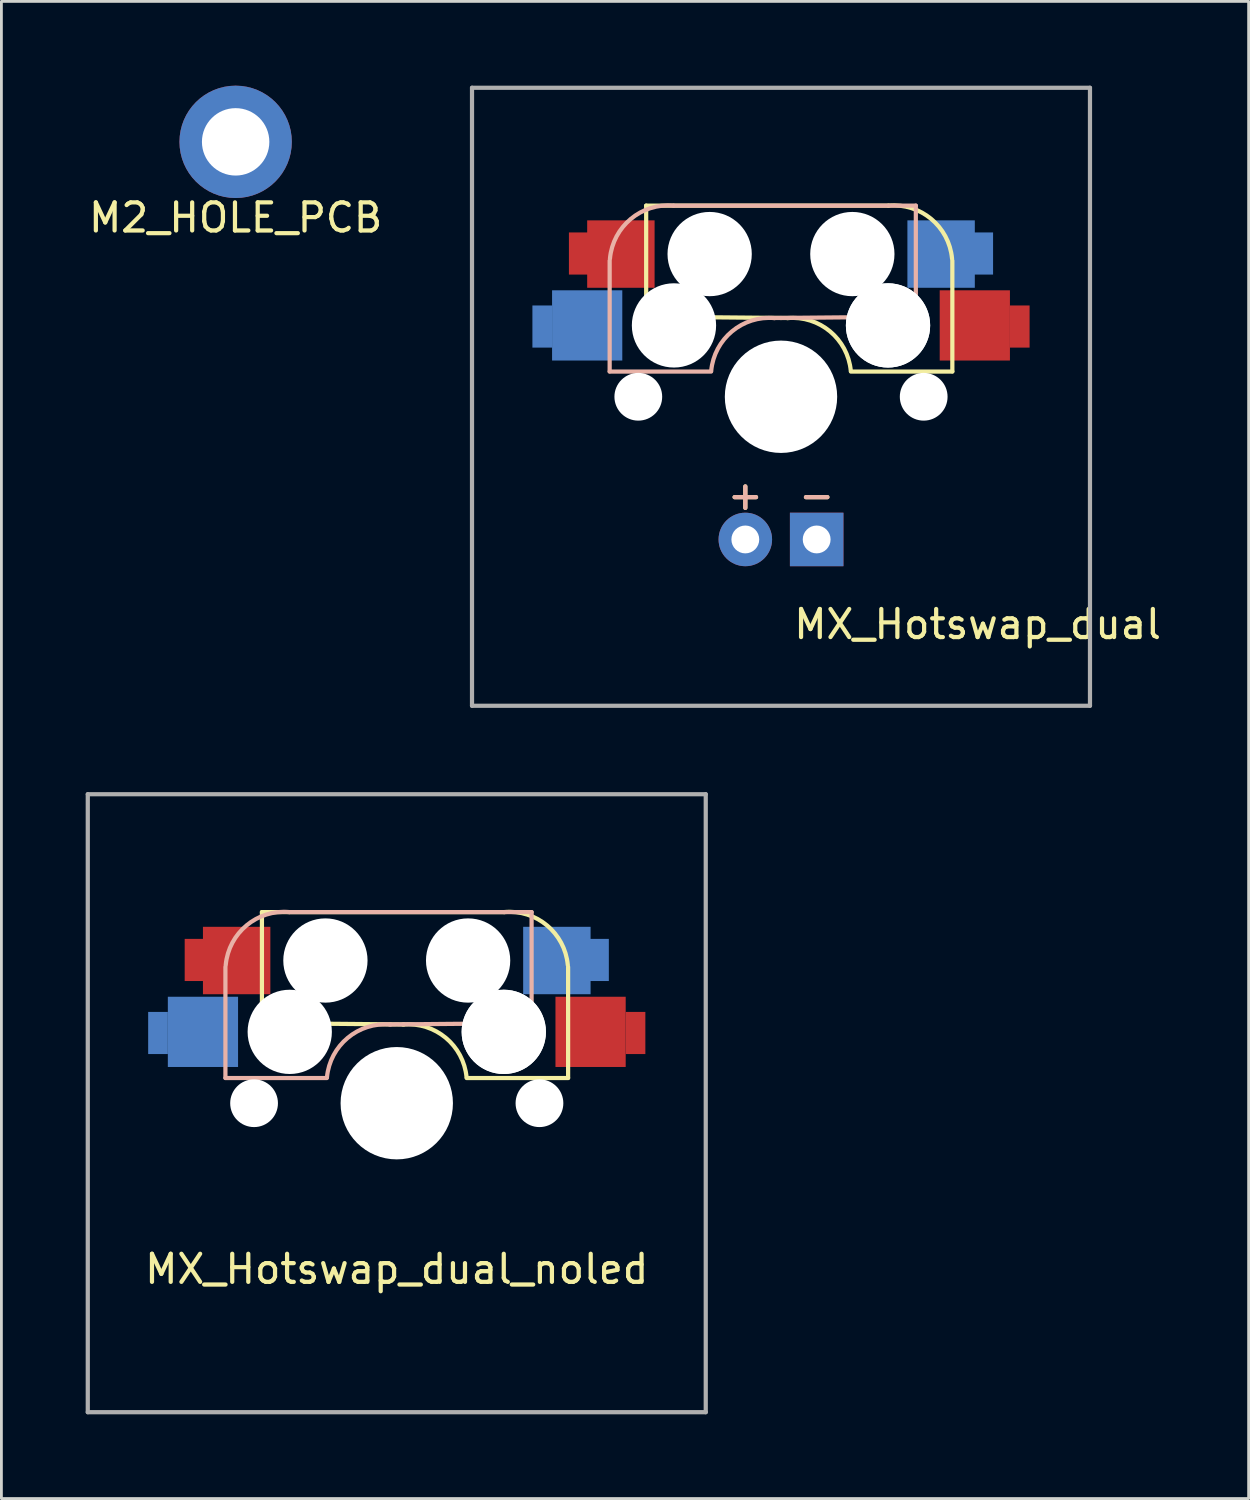
<source format=kicad_pcb>
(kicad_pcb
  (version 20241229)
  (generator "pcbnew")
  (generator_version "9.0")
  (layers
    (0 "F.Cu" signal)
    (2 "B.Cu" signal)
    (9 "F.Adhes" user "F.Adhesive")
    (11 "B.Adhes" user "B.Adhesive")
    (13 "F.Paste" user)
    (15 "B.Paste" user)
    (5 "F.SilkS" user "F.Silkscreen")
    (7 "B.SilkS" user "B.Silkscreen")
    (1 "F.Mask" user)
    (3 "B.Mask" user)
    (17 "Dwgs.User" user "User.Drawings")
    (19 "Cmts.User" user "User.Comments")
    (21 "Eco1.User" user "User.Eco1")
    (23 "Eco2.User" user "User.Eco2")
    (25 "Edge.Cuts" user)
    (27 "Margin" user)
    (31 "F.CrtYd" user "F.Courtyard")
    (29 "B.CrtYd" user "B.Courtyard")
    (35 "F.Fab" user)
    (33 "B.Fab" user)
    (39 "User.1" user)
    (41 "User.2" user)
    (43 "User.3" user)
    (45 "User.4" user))
  (footprint "MX_Hotswap_dual"
    (layer "F.Cu")
    (at 24.754 11.075)
    (property "Reference" "MX_Hotswap_dual" (at 7 8.1 0) (layer "F.SilkS") (effects (font (size 1 1) (thickness 0.15))))
    (attr through_hole)
    (fp_line (start -4.8 -6.804) (end 3.825 -6.804) (stroke (width 0.15) (type solid)) (layer "F.SilkS"))
    (fp_line (start -4.8 -2.896) (end -4.8 -6.804) (stroke (width 0.15) (type solid)) (layer "F.SilkS"))
    (fp_line (start -4.8 -2.85) (end 0.25 -2.804) (stroke (width 0.15) (type solid)) (layer "F.SilkS"))
    (fp_line (start 6.1 -4.85) (end 6.1 -0.905) (stroke (width 0.15) (type solid)) (layer "F.SilkS"))
    (fp_line (start 6.1 -0.896) (end 2.49 -0.896) (stroke (width 0.15) (type solid)) (layer "F.SilkS"))
    (fp_arc (start 0.225 -2.8) (mid 1.744361 -2.328062) (end 2.485001 -0.920001) (stroke (width 0.15) (type solid)) (layer "F.SilkS"))
    (fp_arc (start 3.825 -6.804) (mid 5.347189 -6.33089) (end 6.089 -4.92) (stroke (width 0.15) (type solid)) (layer "F.SilkS"))
    (fp_line (start -6.1 -4.85) (end -6.1 -0.905) (stroke (width 0.15) (type solid)) (layer "B.SilkS"))
    (fp_line (start -6.1 -0.896) (end -2.49 -0.896) (stroke (width 0.15) (type solid)) (layer "B.SilkS"))
    (fp_line (start 4.8 -6.804) (end -3.825 -6.804) (stroke (width 0.15) (type solid)) (layer "B.SilkS"))
    (fp_line (start 4.8 -2.896) (end 4.8 -6.804) (stroke (width 0.15) (type solid)) (layer "B.SilkS"))
    (fp_line (start 4.8 -2.85) (end -0.25 -2.804) (stroke (width 0.15) (type solid)) (layer "B.SilkS"))
    (fp_arc (start -6.089 -4.92) (mid -5.347189 -6.33089) (end -3.825 -6.804) (stroke (width 0.15) (type solid)) (layer "B.SilkS"))
    (fp_arc (start -2.484999 -0.920001) (mid -1.74436 -2.328062) (end -0.225 -2.8) (stroke (width 0.15) (type solid)) (layer "B.SilkS"))
    (fp_line (start -9 -9) (end 9 -9) (stroke (width 0.15) (type solid)) (layer "Eco2.User"))
    (fp_line (start -9 9) (end -9 -9) (stroke (width 0.15) (type solid)) (layer "Eco2.User"))
    (fp_line (start -7 -7) (end 7 -7) (stroke (width 0.15) (type solid)) (layer "Eco2.User"))
    (fp_line (start -7 7) (end -7 -7) (stroke (width 0.15) (type solid)) (layer "Eco2.User"))
    (fp_line (start 7 -7) (end 7 7) (stroke (width 0.15) (type solid)) (layer "Eco2.User"))
    (fp_line (start 7 7) (end -7 7) (stroke (width 0.15) (type solid)) (layer "Eco2.User"))
    (fp_line (start 9 -9) (end 9 9) (stroke (width 0.15) (type solid)) (layer "Eco2.User"))
    (fp_line (start 9 9) (end -9 9) (stroke (width 0.15) (type solid)) (layer "Eco2.User"))
    (fp_line (start -11 -11) (end -11 11) (stroke (width 0.15) (type solid)) (layer "F.Fab"))
    (fp_line (start -11 11) (end 11 11) (stroke (width 0.15) (type solid)) (layer "F.Fab"))
    (fp_line (start 11 -11) (end -11 -11) (stroke (width 0.15) (type solid)) (layer "F.Fab"))
    (fp_line (start 11 11) (end 11 -11) (stroke (width 0.15) (type solid)) (layer "F.Fab"))
    (fp_text user "-" (at 1.27 3.5 0) (layer "F.SilkS") (effects (font (size 1 1) (thickness 0.15))))
    (fp_text user "+" (at -1.27 3.5 0) (layer "F.SilkS") (effects (font (size 1 1) (thickness 0.15))))
    (fp_text user "+" (at -1.27 3.5 0) (layer "B.SilkS") (effects (font (size 1 1) (thickness 0.15))))
    (fp_text user "-" (at 1.27 3.5 0) (layer "B.SilkS") (effects (font (size 1 1) (thickness 0.15))))
    (pad "" np_thru_hole circle (at -5.08 0) (size 1.7 1.7) (drill 1.7) (layers "*.Cu" "*.Mask"))
    (pad "" np_thru_hole circle (at -3.825 -2.58 180) (size 0.1 0.1) (drill 0.1) (layers "*.Cu" "*.Mask"))
    (pad "" np_thru_hole circle (at -3.81 -2.54 180) (size 3 3) (drill 3) (layers "*.Cu" "*.Mask"))
    (pad "" np_thru_hole circle (at -2.54 -5.08 180) (size 3 3) (drill 3) (layers "*.Cu" "*.Mask"))
    (pad "" np_thru_hole circle (at 0 0 90) (size 4 4) (drill 4) (layers "*.Cu" "*.Mask"))
    (pad "" np_thru_hole circle (at 2.54 -5.08 180) (size 3 3) (drill 3) (layers "*.Cu" "*.Mask"))
    (pad "" np_thru_hole circle (at 3.81 -2.54 180) (size 3 3) (drill 3) (layers "*.Cu" "*.Mask"))
    (pad "" np_thru_hole circle (at 3.81 -2.54 180) (size 3 3) (drill 3) (layers "*.Cu" "*.Mask"))
    (pad "" np_thru_hole circle (at 3.825 -2.58 180) (size 0.1 0.1) (drill 0.1) (layers "*.Cu" "*.Mask"))
    (pad "" np_thru_hole circle (at 5.08 0) (size 1.7 1.7) (drill 1.7) (layers "*.Cu" "*.Mask"))
    (pad "1" smd rect (at -8.5 -2.5) (size 0.7 1.5) (layers "B.Cu" "B.Mask" "B.Paste"))
    (pad "1" smd rect (at -7.2 -5.1) (size 0.7 1.5) (layers "F.Cu" "F.Mask" "F.Paste"))
    (pad "1" smd rect (at -6.9 -2.54 180) (size 2.5 2.5) (layers "B.Cu" "B.Mask" "B.Paste"))
    (pad "1" smd rect (at -5.7 -5.08 180) (size 2.4 2.4) (layers "F.Cu" "F.Mask" "F.Paste"))
    (pad "2" smd rect (at 5.7 -5.08 180) (size 2.4 2.4) (layers "B.Cu" "B.Mask" "B.Paste"))
    (pad "2" smd rect (at 6.9 -2.54 180) (size 2.5 2.5) (layers "F.Cu" "F.Mask" "F.Paste"))
    (pad "2" smd rect (at 7.2 -5.1) (size 0.7 1.5) (layers "B.Cu" "B.Mask" "B.Paste"))
    (pad "2" smd rect (at 8.5 -2.5) (size 0.7 1.5) (layers "F.Cu" "F.Mask" "F.Paste"))
    (pad "3" thru_hole circle (at -1.27 5.08) (size 1.905 1.905) (drill 0.991) (layers "*.Cu" "*.Mask"))
    (pad "4" thru_hole rect (at 1.27 5.08) (size 1.905 1.905) (drill 0.991) (layers "*.Cu" "*.Mask")))
  (footprint "MX_Hotswap_dual_noled"
    (layer "F.Cu")
    (at 11.075 36.225)
    (property "Reference" "MX_Hotswap_dual_noled" (at 0 5.905 0) (layer "F.SilkS") (effects (font (size 1 1) (thickness 0.15))))
    (attr through_hole)
    (fp_line (start -4.8 -6.804) (end 3.825 -6.804) (stroke (width 0.15) (type solid)) (layer "F.SilkS"))
    (fp_line (start -4.8 -2.896) (end -4.8 -6.804) (stroke (width 0.15) (type solid)) (layer "F.SilkS"))
    (fp_line (start -4.8 -2.85) (end 0.25 -2.804) (stroke (width 0.15) (type solid)) (layer "F.SilkS"))
    (fp_line (start 6.1 -4.85) (end 6.1 -0.905) (stroke (width 0.15) (type solid)) (layer "F.SilkS"))
    (fp_line (start 6.1 -0.896) (end 2.49 -0.896) (stroke (width 0.15) (type solid)) (layer "F.SilkS"))
    (fp_arc (start 0.225 -2.8) (mid 1.744361 -2.328062) (end 2.485001 -0.920001) (stroke (width 0.15) (type solid)) (layer "F.SilkS"))
    (fp_arc (start 3.825 -6.804) (mid 5.347189 -6.33089) (end 6.089 -4.92) (stroke (width 0.15) (type solid)) (layer "F.SilkS"))
    (fp_line (start -6.1 -4.85) (end -6.1 -0.905) (stroke (width 0.15) (type solid)) (layer "B.SilkS"))
    (fp_line (start -6.1 -0.896) (end -2.49 -0.896) (stroke (width 0.15) (type solid)) (layer "B.SilkS"))
    (fp_line (start 4.8 -6.804) (end -3.825 -6.804) (stroke (width 0.15) (type solid)) (layer "B.SilkS"))
    (fp_line (start 4.8 -2.896) (end 4.8 -6.804) (stroke (width 0.15) (type solid)) (layer "B.SilkS"))
    (fp_line (start 4.8 -2.85) (end -0.25 -2.804) (stroke (width 0.15) (type solid)) (layer "B.SilkS"))
    (fp_arc (start -6.089 -4.92) (mid -5.347189 -6.33089) (end -3.825 -6.804) (stroke (width 0.15) (type solid)) (layer "B.SilkS"))
    (fp_arc (start -2.484999 -0.920001) (mid -1.74436 -2.328062) (end -0.225 -2.8) (stroke (width 0.15) (type solid)) (layer "B.SilkS"))
    (fp_line (start -9 -9) (end 9 -9) (stroke (width 0.15) (type solid)) (layer "Eco2.User"))
    (fp_line (start -9 9) (end -9 -9) (stroke (width 0.15) (type solid)) (layer "Eco2.User"))
    (fp_line (start -7 -7) (end 7 -7) (stroke (width 0.15) (type solid)) (layer "Eco2.User"))
    (fp_line (start -7 7) (end -7 -7) (stroke (width 0.15) (type solid)) (layer "Eco2.User"))
    (fp_line (start 7 -7) (end 7 7) (stroke (width 0.15) (type solid)) (layer "Eco2.User"))
    (fp_line (start 7 7) (end -7 7) (stroke (width 0.15) (type solid)) (layer "Eco2.User"))
    (fp_line (start 9 -9) (end 9 9) (stroke (width 0.15) (type solid)) (layer "Eco2.User"))
    (fp_line (start 9 9) (end -9 9) (stroke (width 0.15) (type solid)) (layer "Eco2.User"))
    (fp_line (start -11 -11) (end -11 11) (stroke (width 0.15) (type solid)) (layer "F.Fab"))
    (fp_line (start -11 11) (end 11 11) (stroke (width 0.15) (type solid)) (layer "F.Fab"))
    (fp_line (start 11 -11) (end -11 -11) (stroke (width 0.15) (type solid)) (layer "F.Fab"))
    (fp_line (start 11 11) (end 11 -11) (stroke (width 0.15) (type solid)) (layer "F.Fab"))
    (pad "" np_thru_hole circle (at -5.08 0) (size 1.7 1.7) (drill 1.7) (layers "*.Cu" "*.Mask"))
    (pad "" np_thru_hole circle (at -3.825 -2.58 180) (size 0.1 0.1) (drill 0.1) (layers "*.Cu" "*.Mask"))
    (pad "" np_thru_hole circle (at -3.81 -2.54 180) (size 3 3) (drill 3) (layers "*.Cu" "*.Mask"))
    (pad "" np_thru_hole circle (at -2.54 -5.08 180) (size 3 3) (drill 3) (layers "*.Cu" "*.Mask"))
    (pad "" np_thru_hole circle (at 0 0 90) (size 4 4) (drill 4) (layers "*.Cu" "*.Mask"))
    (pad "" np_thru_hole circle (at 2.54 -5.08 180) (size 3 3) (drill 3) (layers "*.Cu" "*.Mask"))
    (pad "" np_thru_hole circle (at 3.81 -2.54 180) (size 3 3) (drill 3) (layers "*.Cu" "*.Mask"))
    (pad "" np_thru_hole circle (at 3.81 -2.54 180) (size 3 3) (drill 3) (layers "*.Cu" "*.Mask"))
    (pad "" np_thru_hole circle (at 3.825 -2.58 180) (size 0.1 0.1) (drill 0.1) (layers "*.Cu" "*.Mask"))
    (pad "" np_thru_hole circle (at 5.08 0) (size 1.7 1.7) (drill 1.7) (layers "*.Cu" "*.Mask"))
    (pad "1" smd rect (at -8.5 -2.5) (size 0.7 1.5) (layers "B.Cu" "B.Mask" "B.Paste"))
    (pad "1" smd rect (at -7.2 -5.1) (size 0.7 1.5) (layers "F.Cu" "F.Mask" "F.Paste"))
    (pad "1" smd rect (at -6.9 -2.54 180) (size 2.5 2.5) (layers "B.Cu" "B.Mask" "B.Paste"))
    (pad "1" smd rect (at -5.7 -5.08 180) (size 2.4 2.4) (layers "F.Cu" "F.Mask" "F.Paste"))
    (pad "2" smd rect (at 5.7 -5.08 180) (size 2.4 2.4) (layers "B.Cu" "B.Mask" "B.Paste"))
    (pad "2" smd rect (at 6.9 -2.54 180) (size 2.5 2.5) (layers "F.Cu" "F.Mask" "F.Paste"))
    (pad "2" smd rect (at 7.2 -5.1) (size 0.7 1.5) (layers "B.Cu" "B.Mask" "B.Paste"))
    (pad "2" smd rect (at 8.5 -2.5) (size 0.7 1.5) (layers "F.Cu" "F.Mask" "F.Paste")))
  (footprint "M2_HOLE_PCB"
    (layer "F.Cu")
    (at 5.339 2)
    (property "Reference" "M2_HOLE_PCB" (at 0 2.7 0) (layer "F.SilkS") (effects (font (size 1 1) (thickness 0.15))))
    (attr through_hole)
    (pad "" thru_hole circle (at 0 0) (size 4 4) (drill 2.4) (layers "*.Cu" "*.Mask")))
  (gr_rect
    (start -3 -3)
    (end 41.402 50.3)
    (stroke (width 0.1) (type default))
    (fill no)
    (layer "Edge.Cuts")))
</source>
